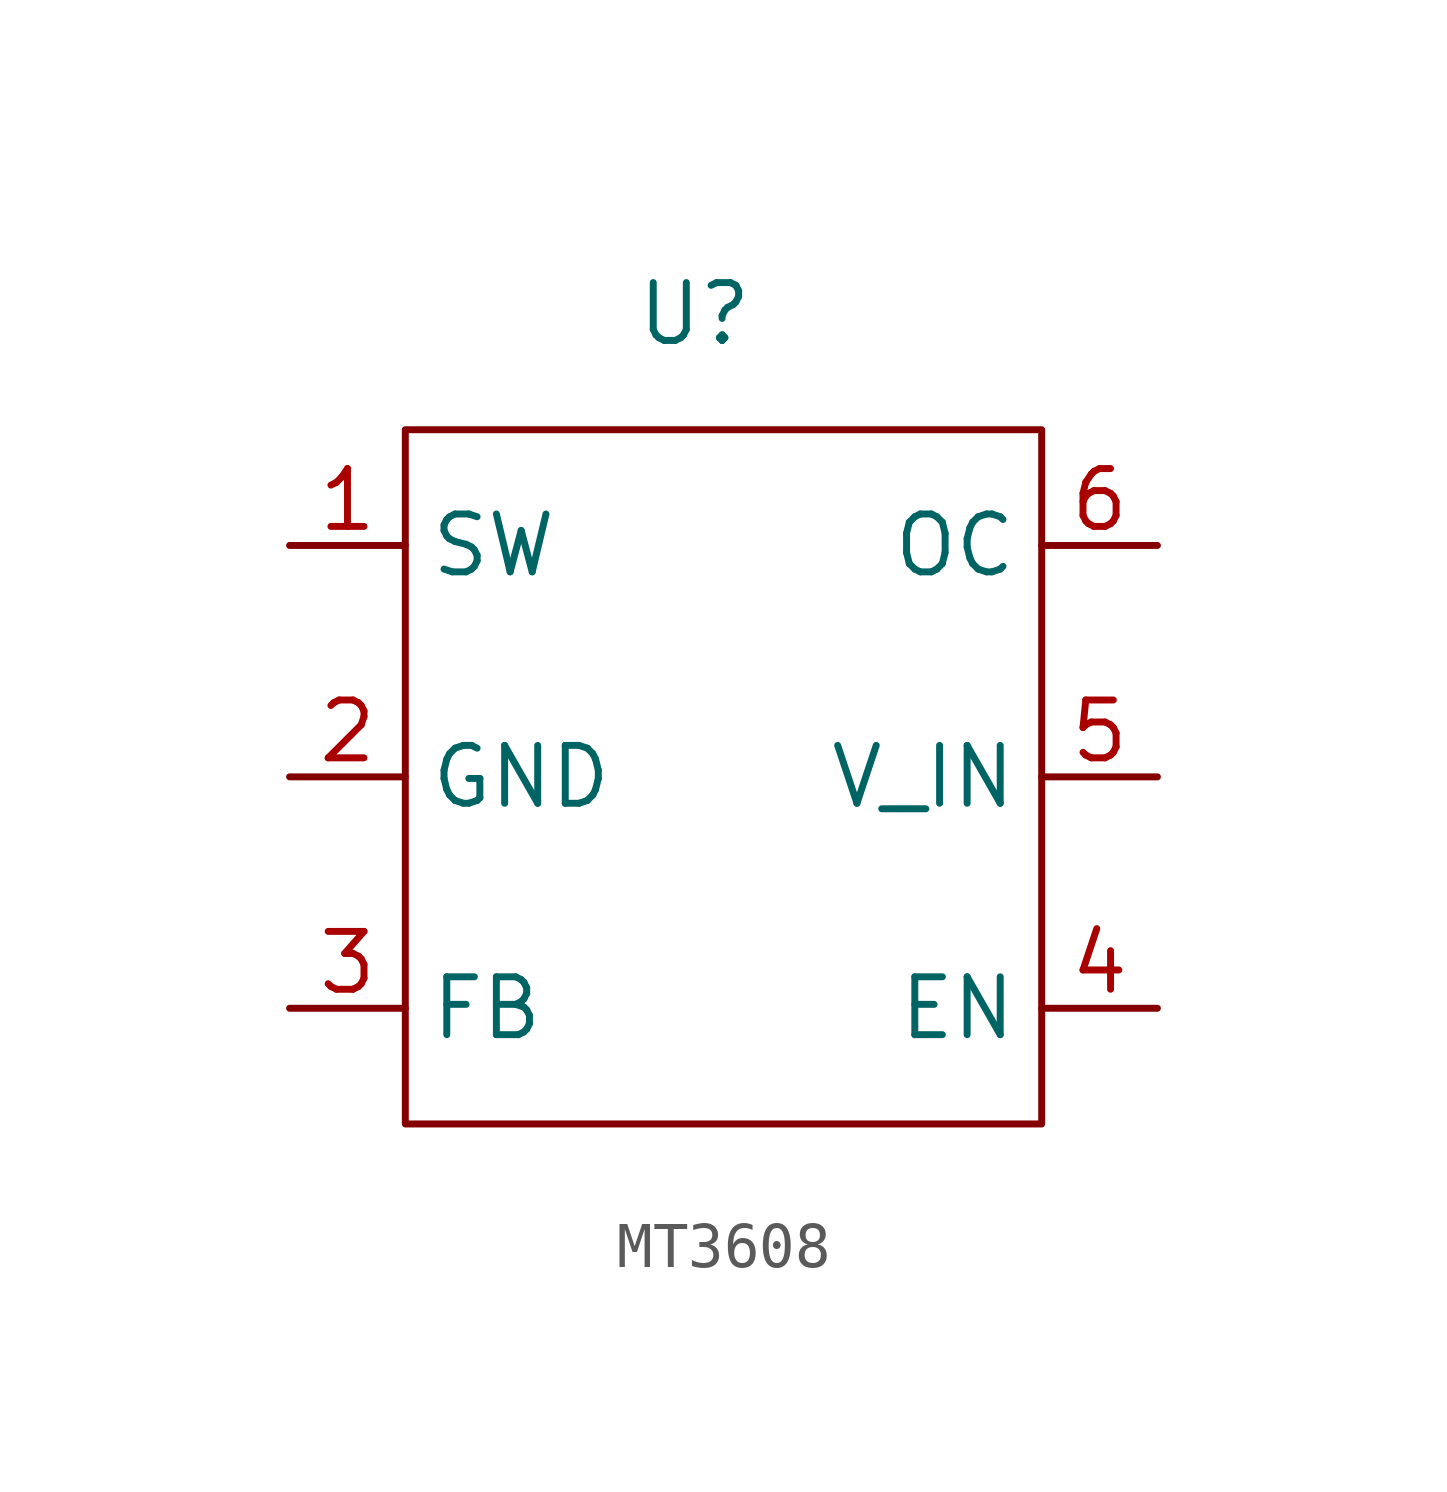
<source format=kicad_sym>
(kicad_symbol_lib
  (version 20241209)
  (generator "kicad_symbol_editor")
  (generator_version "9.0")
  (symbol "MT3608"
    (property "Reference" "U"
      (at 0 0 0)
      (effects (font (size 1.27 1.27))))
    (property "Value" ""
      (at 0 0 0)
      (effects (font (size 1.27 1.27))))
    (symbol "MT3608_0_1"
      (rectangle (start -6.35 -2.54) (end 7.62 -17.78) (stroke (width 0) (type default)) (fill (type none))))
    (symbol "MT3608_1_1"
      (pin input line (at -8.89 -5.08 0) (length 2.54) (name "SW" (effects (font (size 1.27 1.27)))) (number "1" (effects (font (size 1.27 1.27)))))
      (pin passive line (at -8.89 -10.16 0) (length 2.54) (name "GND" (effects (font (size 1.27 1.27)))) (number "2" (effects (font (size 1.27 1.27)))))
      (pin input line (at -8.89 -15.24 0) (length 2.54) (name "FB" (effects (font (size 1.27 1.27)))) (number "3" (effects (font (size 1.27 1.27)))))
      (pin passive line (at 10.16 -5.08 180) (length 2.54) (name "OC" (effects (font (size 1.27 1.27)))) (number "6" (effects (font (size 1.27 1.27)))))
      (pin input line (at 10.16 -10.16 180) (length 2.54) (name "V_IN" (effects (font (size 1.27 1.27)))) (number "5" (effects (font (size 1.27 1.27)))))
      (pin input line (at 10.16 -15.24 180) (length 2.54) (name "EN" (effects (font (size 1.27 1.27)))) (number "4" (effects (font (size 1.27 1.27))))))))
</source>
